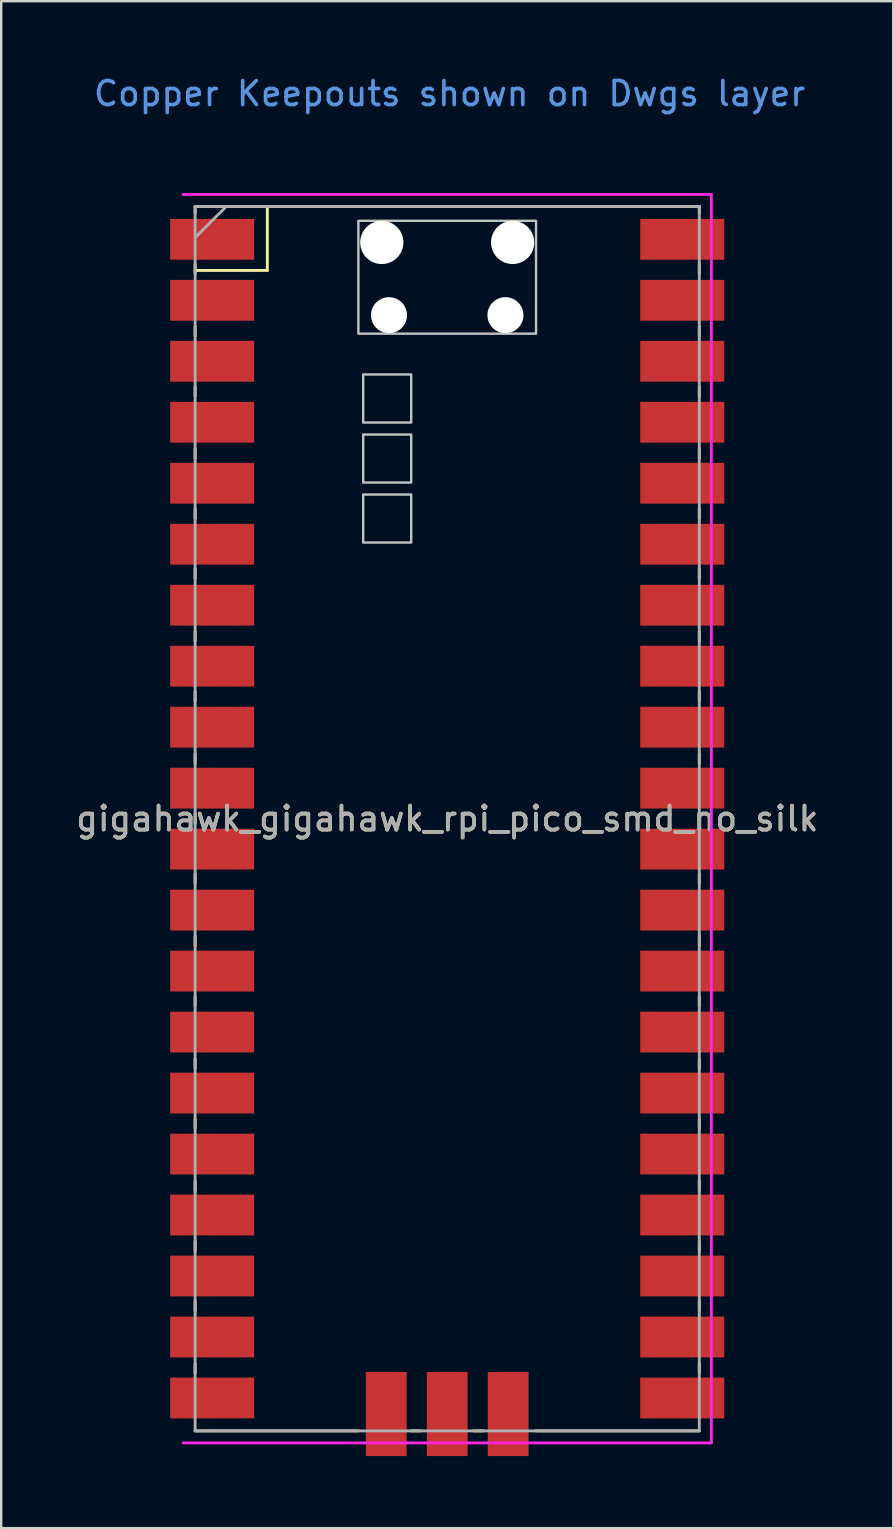
<source format=kicad_pcb>
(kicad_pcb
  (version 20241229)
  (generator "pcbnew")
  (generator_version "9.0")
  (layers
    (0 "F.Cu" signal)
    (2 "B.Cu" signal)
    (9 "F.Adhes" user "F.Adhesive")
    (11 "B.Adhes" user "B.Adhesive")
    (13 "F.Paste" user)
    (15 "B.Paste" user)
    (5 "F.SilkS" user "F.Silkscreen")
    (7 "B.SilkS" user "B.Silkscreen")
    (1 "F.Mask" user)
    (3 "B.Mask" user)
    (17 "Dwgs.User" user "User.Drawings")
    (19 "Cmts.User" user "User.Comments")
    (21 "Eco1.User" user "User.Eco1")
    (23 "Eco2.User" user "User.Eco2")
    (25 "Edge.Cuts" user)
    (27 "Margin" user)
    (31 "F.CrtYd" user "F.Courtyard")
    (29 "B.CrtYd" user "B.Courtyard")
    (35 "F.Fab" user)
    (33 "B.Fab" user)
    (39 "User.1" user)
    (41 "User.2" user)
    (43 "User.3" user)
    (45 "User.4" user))
  (footprint "gigahawk_gigahawk_rpi_pico_smd_no_silk"
    (layer "F.Cu")
    (at 15.577 31.048)
    (property "Reference" "gigahawk_gigahawk_rpi_pico_smd_no_silk" (at 0 0 0) (layer "F.SilkS") (effects (font (size 1 1) (thickness 0.15))))
    (attr smd)
    (fp_line (start -10.5 -25.5) (end -10.5 -25.2) (stroke (width 0.12) (type solid)) (layer "F.SilkS"))
    (fp_line (start -10.5 -25.5) (end 10.5 -25.5) (stroke (width 0.12) (type solid)) (layer "F.SilkS"))
    (fp_line (start -10.5 -23.1) (end -10.5 -22.7) (stroke (width 0.12) (type solid)) (layer "F.SilkS"))
    (fp_line (start -10.5 -22.833) (end -7.493 -22.833) (stroke (width 0.12) (type solid)) (layer "F.SilkS"))
    (fp_line (start -10.5 -20.5) (end -10.5 -20.1) (stroke (width 0.12) (type solid)) (layer "F.SilkS"))
    (fp_line (start -10.5 -18) (end -10.5 -17.6) (stroke (width 0.12) (type solid)) (layer "F.SilkS"))
    (fp_line (start -10.5 -15.4) (end -10.5 -15) (stroke (width 0.12) (type solid)) (layer "F.SilkS"))
    (fp_line (start -10.5 -12.9) (end -10.5 -12.5) (stroke (width 0.12) (type solid)) (layer "F.SilkS"))
    (fp_line (start -10.5 -10.4) (end -10.5 -10) (stroke (width 0.12) (type solid)) (layer "F.SilkS"))
    (fp_line (start -10.5 -7.8) (end -10.5 -7.4) (stroke (width 0.12) (type solid)) (layer "F.SilkS"))
    (fp_line (start -10.5 -5.3) (end -10.5 -4.9) (stroke (width 0.12) (type solid)) (layer "F.SilkS"))
    (fp_line (start -10.5 -2.7) (end -10.5 -2.3) (stroke (width 0.12) (type solid)) (layer "F.SilkS"))
    (fp_line (start -10.5 -0.2) (end -10.5 0.2) (stroke (width 0.12) (type solid)) (layer "F.SilkS"))
    (fp_line (start -10.5 2.3) (end -10.5 2.7) (stroke (width 0.12) (type solid)) (layer "F.SilkS"))
    (fp_line (start -10.5 4.9) (end -10.5 5.3) (stroke (width 0.12) (type solid)) (layer "F.SilkS"))
    (fp_line (start -10.5 7.4) (end -10.5 7.8) (stroke (width 0.12) (type solid)) (layer "F.SilkS"))
    (fp_line (start -10.5 10) (end -10.5 10.4) (stroke (width 0.12) (type solid)) (layer "F.SilkS"))
    (fp_line (start -10.5 12.5) (end -10.5 12.9) (stroke (width 0.12) (type solid)) (layer "F.SilkS"))
    (fp_line (start -10.5 15.1) (end -10.5 15.5) (stroke (width 0.12) (type solid)) (layer "F.SilkS"))
    (fp_line (start -10.5 17.6) (end -10.5 18) (stroke (width 0.12) (type solid)) (layer "F.SilkS"))
    (fp_line (start -10.5 20.1) (end -10.5 20.5) (stroke (width 0.12) (type solid)) (layer "F.SilkS"))
    (fp_line (start -10.5 22.7) (end -10.5 23.1) (stroke (width 0.12) (type solid)) (layer "F.SilkS"))
    (fp_line (start -7.493 -22.833) (end -7.493 -25.5) (stroke (width 0.12) (type solid)) (layer "F.SilkS"))
    (fp_line (start -3.7 25.5) (end -10.5 25.5) (stroke (width 0.12) (type solid)) (layer "F.SilkS"))
    (fp_line (start -1.5 25.5) (end -1.1 25.5) (stroke (width 0.12) (type solid)) (layer "F.SilkS"))
    (fp_line (start 1.1 25.5) (end 1.5 25.5) (stroke (width 0.12) (type solid)) (layer "F.SilkS"))
    (fp_line (start 10.5 -25.5) (end 10.5 -25.2) (stroke (width 0.12) (type solid)) (layer "F.SilkS"))
    (fp_line (start 10.5 -23.1) (end 10.5 -22.7) (stroke (width 0.12) (type solid)) (layer "F.SilkS"))
    (fp_line (start 10.5 -20.5) (end 10.5 -20.1) (stroke (width 0.12) (type solid)) (layer "F.SilkS"))
    (fp_line (start 10.5 -18) (end 10.5 -17.6) (stroke (width 0.12) (type solid)) (layer "F.SilkS"))
    (fp_line (start 10.5 -15.4) (end 10.5 -15) (stroke (width 0.12) (type solid)) (layer "F.SilkS"))
    (fp_line (start 10.5 -12.9) (end 10.5 -12.5) (stroke (width 0.12) (type solid)) (layer "F.SilkS"))
    (fp_line (start 10.5 -10.4) (end 10.5 -10) (stroke (width 0.12) (type solid)) (layer "F.SilkS"))
    (fp_line (start 10.5 -7.8) (end 10.5 -7.4) (stroke (width 0.12) (type solid)) (layer "F.SilkS"))
    (fp_line (start 10.5 -5.3) (end 10.5 -4.9) (stroke (width 0.12) (type solid)) (layer "F.SilkS"))
    (fp_line (start 10.5 -2.7) (end 10.5 -2.3) (stroke (width 0.12) (type solid)) (layer "F.SilkS"))
    (fp_line (start 10.5 -0.2) (end 10.5 0.2) (stroke (width 0.12) (type solid)) (layer "F.SilkS"))
    (fp_line (start 10.5 2.3) (end 10.5 2.7) (stroke (width 0.12) (type solid)) (layer "F.SilkS"))
    (fp_line (start 10.5 4.9) (end 10.5 5.3) (stroke (width 0.12) (type solid)) (layer "F.SilkS"))
    (fp_line (start 10.5 7.4) (end 10.5 7.8) (stroke (width 0.12) (type solid)) (layer "F.SilkS"))
    (fp_line (start 10.5 10) (end 10.5 10.4) (stroke (width 0.12) (type solid)) (layer "F.SilkS"))
    (fp_line (start 10.5 12.5) (end 10.5 12.9) (stroke (width 0.12) (type solid)) (layer "F.SilkS"))
    (fp_line (start 10.5 15.1) (end 10.5 15.5) (stroke (width 0.12) (type solid)) (layer "F.SilkS"))
    (fp_line (start 10.5 17.6) (end 10.5 18) (stroke (width 0.12) (type solid)) (layer "F.SilkS"))
    (fp_line (start 10.5 20.1) (end 10.5 20.5) (stroke (width 0.12) (type solid)) (layer "F.SilkS"))
    (fp_line (start 10.5 22.7) (end 10.5 23.1) (stroke (width 0.12) (type solid)) (layer "F.SilkS"))
    (fp_line (start 10.5 25.5) (end 3.7 25.5) (stroke (width 0.12) (type solid)) (layer "F.SilkS"))
    (fp_poly (pts (xy -1.5 -16.5) (xy -3.5 -16.5) (xy -3.5 -18.5) (xy -1.5 -18.5)) (stroke (width 0.1) (type solid)) (fill no) (layer "Dwgs.User"))
    (fp_poly (pts (xy -1.5 -14) (xy -3.5 -14) (xy -3.5 -16) (xy -1.5 -16)) (stroke (width 0.1) (type solid)) (fill no) (layer "Dwgs.User"))
    (fp_poly (pts (xy -1.5 -11.5) (xy -3.5 -11.5) (xy -3.5 -13.5) (xy -1.5 -13.5)) (stroke (width 0.1) (type solid)) (fill no) (layer "Dwgs.User"))
    (fp_poly (pts (xy 3.7 -20.2) (xy -3.7 -20.2) (xy -3.7 -24.9) (xy 3.7 -24.9)) (stroke (width 0.1) (type solid)) (fill no) (layer "Dwgs.User"))
    (fp_line (start -11 -26) (end 11 -26) (stroke (width 0.12) (type solid)) (layer "F.CrtYd"))
    (fp_line (start 11 -26) (end 11 26) (stroke (width 0.12) (type solid)) (layer "F.CrtYd"))
    (fp_line (start 11 26) (end -11 26) (stroke (width 0.12) (type solid)) (layer "F.CrtYd"))
    (fp_line (start -10.5 -25.5) (end 10.5 -25.5) (stroke (width 0.12) (type solid)) (layer "F.Fab"))
    (fp_line (start -10.5 -24.2) (end -9.2 -25.5) (stroke (width 0.12) (type solid)) (layer "F.Fab"))
    (fp_line (start -10.5 25.5) (end -10.5 -25.5) (stroke (width 0.12) (type solid)) (layer "F.Fab"))
    (fp_line (start 10.5 -25.5) (end 10.5 25.5) (stroke (width 0.12) (type solid)) (layer "F.Fab"))
    (fp_line (start 10.5 25.5) (end -10.5 25.5) (stroke (width 0.12) (type solid)) (layer "F.Fab"))
    (fp_text user "Copper Keepouts shown on Dwgs layer" (at 0.1 -30.2 0) (layer "Cmts.User") (effects (font (size 1 1) (thickness 0.15))))
    (fp_text user "${REFERENCE}" (at 0 0 180) (layer "F.Fab") (effects (font (size 1 1) (thickness 0.15))))
    (pad "" np_thru_hole oval (at -2.725 -24) (size 1.8 1.8) (drill 1.8) (layers "*.Cu" "*.Mask"))
    (pad "" np_thru_hole oval (at -2.425 -20.97) (size 1.5 1.5) (drill 1.5) (layers "*.Cu" "*.Mask"))
    (pad "" np_thru_hole oval (at 2.425 -20.97) (size 1.5 1.5) (drill 1.5) (layers "*.Cu" "*.Mask"))
    (pad "" np_thru_hole oval (at 2.725 -24) (size 1.8 1.8) (drill 1.8) (layers "*.Cu" "*.Mask"))
    (pad "1" smd rect (at -8.89 -24.13) (size 3.5 1.7) (drill (offset -0.9 0)) (layers "F.Cu" "F.Mask"))
    (pad "2" smd rect (at -8.89 -21.59) (size 3.5 1.7) (drill (offset -0.9 0)) (layers "F.Cu" "F.Mask"))
    (pad "3" smd rect (at -8.89 -19.05) (size 3.5 1.7) (drill (offset -0.9 0)) (layers "F.Cu" "F.Mask"))
    (pad "4" smd rect (at -8.89 -16.51) (size 3.5 1.7) (drill (offset -0.9 0)) (layers "F.Cu" "F.Mask"))
    (pad "5" smd rect (at -8.89 -13.97) (size 3.5 1.7) (drill (offset -0.9 0)) (layers "F.Cu" "F.Mask"))
    (pad "6" smd rect (at -8.89 -11.43) (size 3.5 1.7) (drill (offset -0.9 0)) (layers "F.Cu" "F.Mask"))
    (pad "7" smd rect (at -8.89 -8.89) (size 3.5 1.7) (drill (offset -0.9 0)) (layers "F.Cu" "F.Mask"))
    (pad "8" smd rect (at -8.89 -6.35) (size 3.5 1.7) (drill (offset -0.9 0)) (layers "F.Cu" "F.Mask"))
    (pad "9" smd rect (at -8.89 -3.81) (size 3.5 1.7) (drill (offset -0.9 0)) (layers "F.Cu" "F.Mask"))
    (pad "10" smd rect (at -8.89 -1.27) (size 3.5 1.7) (drill (offset -0.9 0)) (layers "F.Cu" "F.Mask"))
    (pad "11" smd rect (at -8.89 1.27) (size 3.5 1.7) (drill (offset -0.9 0)) (layers "F.Cu" "F.Mask"))
    (pad "12" smd rect (at -8.89 3.81) (size 3.5 1.7) (drill (offset -0.9 0)) (layers "F.Cu" "F.Mask"))
    (pad "13" smd rect (at -8.89 6.35) (size 3.5 1.7) (drill (offset -0.9 0)) (layers "F.Cu" "F.Mask"))
    (pad "14" smd rect (at -8.89 8.89) (size 3.5 1.7) (drill (offset -0.9 0)) (layers "F.Cu" "F.Mask"))
    (pad "15" smd rect (at -8.89 11.43) (size 3.5 1.7) (drill (offset -0.9 0)) (layers "F.Cu" "F.Mask"))
    (pad "16" smd rect (at -8.89 13.97) (size 3.5 1.7) (drill (offset -0.9 0)) (layers "F.Cu" "F.Mask"))
    (pad "17" smd rect (at -8.89 16.51) (size 3.5 1.7) (drill (offset -0.9 0)) (layers "F.Cu" "F.Mask"))
    (pad "18" smd rect (at -8.89 19.05) (size 3.5 1.7) (drill (offset -0.9 0)) (layers "F.Cu" "F.Mask"))
    (pad "19" smd rect (at -8.89 21.59) (size 3.5 1.7) (drill (offset -0.9 0)) (layers "F.Cu" "F.Mask"))
    (pad "20" smd rect (at -8.89 24.13) (size 3.5 1.7) (drill (offset -0.9 0)) (layers "F.Cu" "F.Mask"))
    (pad "21" smd rect (at 8.89 24.13) (size 3.5 1.7) (drill (offset 0.9 0)) (layers "F.Cu" "F.Mask"))
    (pad "22" smd rect (at 8.89 21.59) (size 3.5 1.7) (drill (offset 0.9 0)) (layers "F.Cu" "F.Mask"))
    (pad "23" smd rect (at 8.89 19.05) (size 3.5 1.7) (drill (offset 0.9 0)) (layers "F.Cu" "F.Mask"))
    (pad "24" smd rect (at 8.89 16.51) (size 3.5 1.7) (drill (offset 0.9 0)) (layers "F.Cu" "F.Mask"))
    (pad "25" smd rect (at 8.89 13.97) (size 3.5 1.7) (drill (offset 0.9 0)) (layers "F.Cu" "F.Mask"))
    (pad "26" smd rect (at 8.89 11.43) (size 3.5 1.7) (drill (offset 0.9 0)) (layers "F.Cu" "F.Mask"))
    (pad "27" smd rect (at 8.89 8.89) (size 3.5 1.7) (drill (offset 0.9 0)) (layers "F.Cu" "F.Mask"))
    (pad "28" smd rect (at 8.89 6.35) (size 3.5 1.7) (drill (offset 0.9 0)) (layers "F.Cu" "F.Mask"))
    (pad "29" smd rect (at 8.89 3.81) (size 3.5 1.7) (drill (offset 0.9 0)) (layers "F.Cu" "F.Mask"))
    (pad "30" smd rect (at 8.89 1.27) (size 3.5 1.7) (drill (offset 0.9 0)) (layers "F.Cu" "F.Mask"))
    (pad "31" smd rect (at 8.89 -1.27) (size 3.5 1.7) (drill (offset 0.9 0)) (layers "F.Cu" "F.Mask"))
    (pad "32" smd rect (at 8.89 -3.81) (size 3.5 1.7) (drill (offset 0.9 0)) (layers "F.Cu" "F.Mask"))
    (pad "33" smd rect (at 8.89 -6.35) (size 3.5 1.7) (drill (offset 0.9 0)) (layers "F.Cu" "F.Mask"))
    (pad "34" smd rect (at 8.89 -8.89) (size 3.5 1.7) (drill (offset 0.9 0)) (layers "F.Cu" "F.Mask"))
    (pad "35" smd rect (at 8.89 -11.43) (size 3.5 1.7) (drill (offset 0.9 0)) (layers "F.Cu" "F.Mask"))
    (pad "36" smd rect (at 8.89 -13.97) (size 3.5 1.7) (drill (offset 0.9 0)) (layers "F.Cu" "F.Mask"))
    (pad "37" smd rect (at 8.89 -16.51) (size 3.5 1.7) (drill (offset 0.9 0)) (layers "F.Cu" "F.Mask"))
    (pad "38" smd rect (at 8.89 -19.05) (size 3.5 1.7) (drill (offset 0.9 0)) (layers "F.Cu" "F.Mask"))
    (pad "39" smd rect (at 8.89 -21.59) (size 3.5 1.7) (drill (offset 0.9 0)) (layers "F.Cu" "F.Mask"))
    (pad "40" smd rect (at 8.89 -24.13) (size 3.5 1.7) (drill (offset 0.9 0)) (layers "F.Cu" "F.Mask"))
    (pad "41" smd rect (at -2.54 23.9 90) (size 3.5 1.7) (drill (offset -0.9 0)) (layers "F.Cu" "F.Mask"))
    (pad "42" smd rect (at 0 23.9 90) (size 3.5 1.7) (drill (offset -0.9 0)) (layers "F.Cu" "F.Mask"))
    (pad "43" smd rect (at 2.54 23.9 90) (size 3.5 1.7) (drill (offset -0.9 0)) (layers "F.Cu" "F.Mask")))
  (gr_rect
    (start -3 -3)
    (end 34.155 60.598)
    (stroke (width 0.1) (type default))
    (fill no)
    (layer "Edge.Cuts")))
</source>
